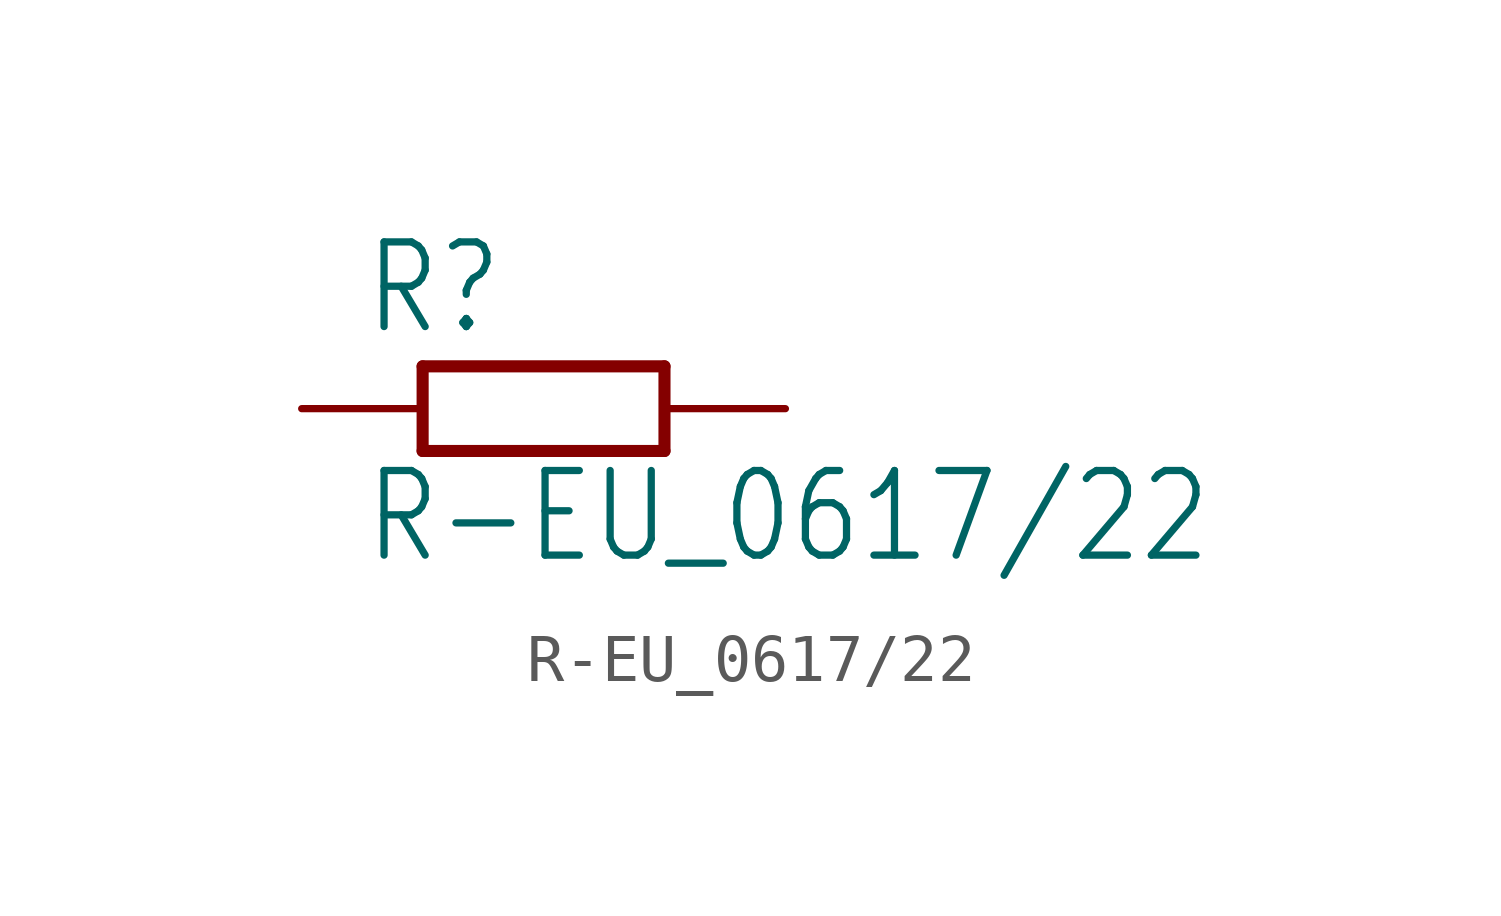
<source format=kicad_sym>
(kicad_symbol_lib
  (version 20231120)
  (generator "kicad_symbol_editor")
  (generator_version "8.0")
  (symbol "R-EU_0617/22"
    (property "Reference" "R"
      (at -3.81 1.499 0)
      (effects (font (size 1.778 1.511)) (justify left bottom)))
    (property "Value" "R-EU_0617{slash}22"
      (at -3.81 -3.302 0)
      (effects (font (size 1.778 1.511)) (justify left bottom)))
    (property "ki_locked" ""
      (at 0 0 0)
      (effects (font (size 1.27 1.27))))
    (symbol "R-EU_0617/22_1_0"
      (polyline (pts (xy -2.54 -0.889) (xy -2.54 0.889)) (stroke (width 0.254) (type default)) (fill (type none)))
      (polyline (pts (xy -2.54 -0.889) (xy 2.54 -0.889)) (stroke (width 0.254) (type default)) (fill (type none)))
      (polyline (pts (xy 2.54 -0.889) (xy 2.54 0.889)) (stroke (width 0.254) (type default)) (fill (type none)))
      (polyline (pts (xy 2.54 0.889) (xy -2.54 0.889)) (stroke (width 0.254) (type default)) (fill (type none)))
      (pin passive line (at -5.08 0 0) (length 2.54) (name "1" (effects (font (size 0 0)))) (number "1" (effects (font (size 0 0)))))
      (pin passive line (at 5.08 0 180) (length 2.54) (name "2" (effects (font (size 0 0)))) (number "2" (effects (font (size 0 0))))))))
</source>
